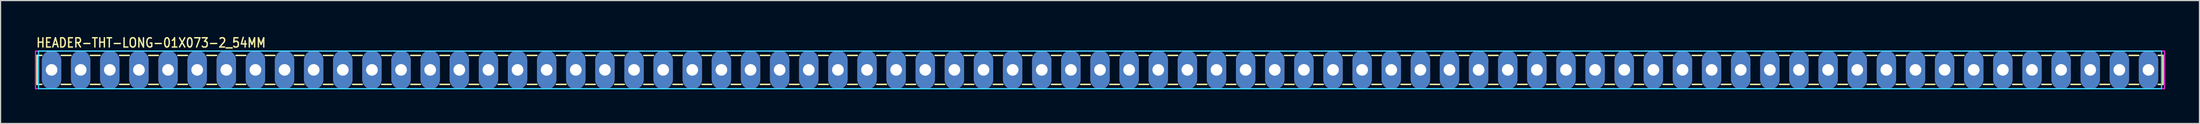
<source format=kicad_pcb>
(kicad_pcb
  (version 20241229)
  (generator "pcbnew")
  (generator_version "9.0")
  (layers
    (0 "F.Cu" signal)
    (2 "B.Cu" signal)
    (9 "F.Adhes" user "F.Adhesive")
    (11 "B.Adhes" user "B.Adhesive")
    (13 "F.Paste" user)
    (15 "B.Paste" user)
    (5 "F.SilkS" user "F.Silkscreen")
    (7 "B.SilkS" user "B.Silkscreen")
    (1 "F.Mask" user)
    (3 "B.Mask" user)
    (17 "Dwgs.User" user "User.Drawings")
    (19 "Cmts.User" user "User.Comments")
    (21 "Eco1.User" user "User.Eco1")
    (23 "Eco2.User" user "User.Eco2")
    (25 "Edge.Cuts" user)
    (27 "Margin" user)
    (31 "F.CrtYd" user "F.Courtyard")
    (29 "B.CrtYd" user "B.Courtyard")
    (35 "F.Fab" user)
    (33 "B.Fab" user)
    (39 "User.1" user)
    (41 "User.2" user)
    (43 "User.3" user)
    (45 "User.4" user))
  (footprint "HEADER-THT-LONG-01X073-2_54MM"
    (layer "F.Cu")
    (at 1.447 3.079)
    (property "Reference" "HEADER-THT-LONG-01X073-2_54MM" (at -1.4 -1.9 0) (unlocked yes) (layer "F.SilkS") (effects (font (size 0.813 0.695) (thickness 0.122)) (justify left bottom)))
    (fp_line (start -1.27 -1.27) (end -1.27 1.27) (stroke (width 0.127) (type solid)) (layer "F.SilkS"))
    (fp_line (start -1.27 1.27) (end -0.85 1.27) (stroke (width 0.127) (type solid)) (layer "F.SilkS"))
    (fp_line (start -0.85 -1.27) (end -1.27 -1.27) (stroke (width 0.127) (type solid)) (layer "F.SilkS"))
    (fp_line (start 0.85 -1.27) (end 1.69 -1.27) (stroke (width 0.127) (type solid)) (layer "F.SilkS"))
    (fp_line (start 0.85 1.27) (end 1.69 1.27) (stroke (width 0.127) (type solid)) (layer "F.SilkS"))
    (fp_line (start 3.39 -1.27) (end 4.23 -1.27) (stroke (width 0.127) (type solid)) (layer "F.SilkS"))
    (fp_line (start 3.39 1.27) (end 4.23 1.27) (stroke (width 0.127) (type solid)) (layer "F.SilkS"))
    (fp_line (start 5.93 -1.27) (end 6.77 -1.27) (stroke (width 0.127) (type solid)) (layer "F.SilkS"))
    (fp_line (start 5.93 1.27) (end 6.77 1.27) (stroke (width 0.127) (type solid)) (layer "F.SilkS"))
    (fp_line (start 8.47 -1.27) (end 9.31 -1.27) (stroke (width 0.127) (type solid)) (layer "F.SilkS"))
    (fp_line (start 8.47 1.27) (end 9.31 1.27) (stroke (width 0.127) (type solid)) (layer "F.SilkS"))
    (fp_line (start 11.01 -1.27) (end 11.85 -1.27) (stroke (width 0.127) (type solid)) (layer "F.SilkS"))
    (fp_line (start 11.01 1.27) (end 11.85 1.27) (stroke (width 0.127) (type solid)) (layer "F.SilkS"))
    (fp_line (start 13.55 -1.27) (end 14.39 -1.27) (stroke (width 0.127) (type solid)) (layer "F.SilkS"))
    (fp_line (start 13.55 1.27) (end 14.39 1.27) (stroke (width 0.127) (type solid)) (layer "F.SilkS"))
    (fp_line (start 16.09 -1.27) (end 16.93 -1.27) (stroke (width 0.127) (type solid)) (layer "F.SilkS"))
    (fp_line (start 16.09 1.27) (end 16.93 1.27) (stroke (width 0.127) (type solid)) (layer "F.SilkS"))
    (fp_line (start 18.63 -1.27) (end 19.47 -1.27) (stroke (width 0.127) (type solid)) (layer "F.SilkS"))
    (fp_line (start 18.63 1.27) (end 19.47 1.27) (stroke (width 0.127) (type solid)) (layer "F.SilkS"))
    (fp_line (start 21.17 -1.27) (end 22.01 -1.27) (stroke (width 0.127) (type solid)) (layer "F.SilkS"))
    (fp_line (start 21.17 1.27) (end 22.01 1.27) (stroke (width 0.127) (type solid)) (layer "F.SilkS"))
    (fp_line (start 23.71 -1.27) (end 24.55 -1.27) (stroke (width 0.127) (type solid)) (layer "F.SilkS"))
    (fp_line (start 23.71 1.27) (end 24.55 1.27) (stroke (width 0.127) (type solid)) (layer "F.SilkS"))
    (fp_line (start 26.25 -1.27) (end 27.09 -1.27) (stroke (width 0.127) (type solid)) (layer "F.SilkS"))
    (fp_line (start 26.25 1.27) (end 27.09 1.27) (stroke (width 0.127) (type solid)) (layer "F.SilkS"))
    (fp_line (start 28.79 -1.27) (end 29.63 -1.27) (stroke (width 0.127) (type solid)) (layer "F.SilkS"))
    (fp_line (start 28.79 1.27) (end 29.63 1.27) (stroke (width 0.127) (type solid)) (layer "F.SilkS"))
    (fp_line (start 31.33 -1.27) (end 32.17 -1.27) (stroke (width 0.127) (type solid)) (layer "F.SilkS"))
    (fp_line (start 31.33 1.27) (end 32.17 1.27) (stroke (width 0.127) (type solid)) (layer "F.SilkS"))
    (fp_line (start 33.87 -1.27) (end 34.71 -1.27) (stroke (width 0.127) (type solid)) (layer "F.SilkS"))
    (fp_line (start 33.87 1.27) (end 34.71 1.27) (stroke (width 0.127) (type solid)) (layer "F.SilkS"))
    (fp_line (start 36.41 -1.27) (end 37.25 -1.27) (stroke (width 0.127) (type solid)) (layer "F.SilkS"))
    (fp_line (start 36.41 1.27) (end 37.25 1.27) (stroke (width 0.127) (type solid)) (layer "F.SilkS"))
    (fp_line (start 38.95 -1.27) (end 39.79 -1.27) (stroke (width 0.127) (type solid)) (layer "F.SilkS"))
    (fp_line (start 38.95 1.27) (end 39.79 1.27) (stroke (width 0.127) (type solid)) (layer "F.SilkS"))
    (fp_line (start 41.49 -1.27) (end 42.33 -1.27) (stroke (width 0.127) (type solid)) (layer "F.SilkS"))
    (fp_line (start 41.49 1.27) (end 42.33 1.27) (stroke (width 0.127) (type solid)) (layer "F.SilkS"))
    (fp_line (start 44.03 -1.27) (end 44.87 -1.27) (stroke (width 0.127) (type solid)) (layer "F.SilkS"))
    (fp_line (start 44.03 1.27) (end 44.87 1.27) (stroke (width 0.127) (type solid)) (layer "F.SilkS"))
    (fp_line (start 46.57 -1.27) (end 47.41 -1.27) (stroke (width 0.127) (type solid)) (layer "F.SilkS"))
    (fp_line (start 46.57 1.27) (end 47.41 1.27) (stroke (width 0.127) (type solid)) (layer "F.SilkS"))
    (fp_line (start 49.11 -1.27) (end 49.95 -1.27) (stroke (width 0.127) (type solid)) (layer "F.SilkS"))
    (fp_line (start 49.11 1.27) (end 49.95 1.27) (stroke (width 0.127) (type solid)) (layer "F.SilkS"))
    (fp_line (start 51.65 -1.27) (end 52.49 -1.27) (stroke (width 0.127) (type solid)) (layer "F.SilkS"))
    (fp_line (start 51.65 1.27) (end 52.49 1.27) (stroke (width 0.127) (type solid)) (layer "F.SilkS"))
    (fp_line (start 54.19 -1.27) (end 55.03 -1.27) (stroke (width 0.127) (type solid)) (layer "F.SilkS"))
    (fp_line (start 54.19 1.27) (end 55.03 1.27) (stroke (width 0.127) (type solid)) (layer "F.SilkS"))
    (fp_line (start 56.73 -1.27) (end 57.57 -1.27) (stroke (width 0.127) (type solid)) (layer "F.SilkS"))
    (fp_line (start 56.73 1.27) (end 57.57 1.27) (stroke (width 0.127) (type solid)) (layer "F.SilkS"))
    (fp_line (start 59.27 -1.27) (end 60.11 -1.27) (stroke (width 0.127) (type solid)) (layer "F.SilkS"))
    (fp_line (start 59.27 1.27) (end 60.11 1.27) (stroke (width 0.127) (type solid)) (layer "F.SilkS"))
    (fp_line (start 61.81 -1.27) (end 62.65 -1.27) (stroke (width 0.127) (type solid)) (layer "F.SilkS"))
    (fp_line (start 61.81 1.27) (end 62.65 1.27) (stroke (width 0.127) (type solid)) (layer "F.SilkS"))
    (fp_line (start 64.35 -1.27) (end 65.19 -1.27) (stroke (width 0.127) (type solid)) (layer "F.SilkS"))
    (fp_line (start 64.35 1.27) (end 65.19 1.27) (stroke (width 0.127) (type solid)) (layer "F.SilkS"))
    (fp_line (start 66.89 -1.27) (end 67.73 -1.27) (stroke (width 0.127) (type solid)) (layer "F.SilkS"))
    (fp_line (start 66.89 1.27) (end 67.73 1.27) (stroke (width 0.127) (type solid)) (layer "F.SilkS"))
    (fp_line (start 69.43 -1.27) (end 70.27 -1.27) (stroke (width 0.127) (type solid)) (layer "F.SilkS"))
    (fp_line (start 69.43 1.27) (end 70.27 1.27) (stroke (width 0.127) (type solid)) (layer "F.SilkS"))
    (fp_line (start 71.97 -1.27) (end 72.81 -1.27) (stroke (width 0.127) (type solid)) (layer "F.SilkS"))
    (fp_line (start 71.97 1.27) (end 72.81 1.27) (stroke (width 0.127) (type solid)) (layer "F.SilkS"))
    (fp_line (start 74.51 -1.27) (end 75.35 -1.27) (stroke (width 0.127) (type solid)) (layer "F.SilkS"))
    (fp_line (start 74.51 1.27) (end 75.35 1.27) (stroke (width 0.127) (type solid)) (layer "F.SilkS"))
    (fp_line (start 77.05 -1.27) (end 77.89 -1.27) (stroke (width 0.127) (type solid)) (layer "F.SilkS"))
    (fp_line (start 77.05 1.27) (end 77.89 1.27) (stroke (width 0.127) (type solid)) (layer "F.SilkS"))
    (fp_line (start 79.59 -1.27) (end 80.43 -1.27) (stroke (width 0.127) (type solid)) (layer "F.SilkS"))
    (fp_line (start 79.59 1.27) (end 80.43 1.27) (stroke (width 0.127) (type solid)) (layer "F.SilkS"))
    (fp_line (start 82.13 -1.27) (end 82.97 -1.27) (stroke (width 0.127) (type solid)) (layer "F.SilkS"))
    (fp_line (start 82.13 1.27) (end 82.97 1.27) (stroke (width 0.127) (type solid)) (layer "F.SilkS"))
    (fp_line (start 84.67 -1.27) (end 85.51 -1.27) (stroke (width 0.127) (type solid)) (layer "F.SilkS"))
    (fp_line (start 84.67 1.27) (end 85.51 1.27) (stroke (width 0.127) (type solid)) (layer "F.SilkS"))
    (fp_line (start 87.21 -1.27) (end 88.05 -1.27) (stroke (width 0.127) (type solid)) (layer "F.SilkS"))
    (fp_line (start 87.21 1.27) (end 88.05 1.27) (stroke (width 0.127) (type solid)) (layer "F.SilkS"))
    (fp_line (start 89.75 -1.27) (end 90.59 -1.27) (stroke (width 0.127) (type solid)) (layer "F.SilkS"))
    (fp_line (start 89.75 1.27) (end 90.59 1.27) (stroke (width 0.127) (type solid)) (layer "F.SilkS"))
    (fp_line (start 92.29 -1.27) (end 93.13 -1.27) (stroke (width 0.127) (type solid)) (layer "F.SilkS"))
    (fp_line (start 92.29 1.27) (end 93.13 1.27) (stroke (width 0.127) (type solid)) (layer "F.SilkS"))
    (fp_line (start 94.83 -1.27) (end 95.67 -1.27) (stroke (width 0.127) (type solid)) (layer "F.SilkS"))
    (fp_line (start 94.83 1.27) (end 95.67 1.27) (stroke (width 0.127) (type solid)) (layer "F.SilkS"))
    (fp_line (start 97.37 -1.27) (end 98.21 -1.27) (stroke (width 0.127) (type solid)) (layer "F.SilkS"))
    (fp_line (start 97.37 1.27) (end 98.21 1.27) (stroke (width 0.127) (type solid)) (layer "F.SilkS"))
    (fp_line (start 99.91 -1.27) (end 100.75 -1.27) (stroke (width 0.127) (type solid)) (layer "F.SilkS"))
    (fp_line (start 99.91 1.27) (end 100.75 1.27) (stroke (width 0.127) (type solid)) (layer "F.SilkS"))
    (fp_line (start 102.45 -1.27) (end 103.29 -1.27) (stroke (width 0.127) (type solid)) (layer "F.SilkS"))
    (fp_line (start 102.45 1.27) (end 103.29 1.27) (stroke (width 0.127) (type solid)) (layer "F.SilkS"))
    (fp_line (start 104.99 -1.27) (end 105.83 -1.27) (stroke (width 0.127) (type solid)) (layer "F.SilkS"))
    (fp_line (start 104.99 1.27) (end 105.83 1.27) (stroke (width 0.127) (type solid)) (layer "F.SilkS"))
    (fp_line (start 107.53 -1.27) (end 108.37 -1.27) (stroke (width 0.127) (type solid)) (layer "F.SilkS"))
    (fp_line (start 107.53 1.27) (end 108.37 1.27) (stroke (width 0.127) (type solid)) (layer "F.SilkS"))
    (fp_line (start 110.07 -1.27) (end 110.91 -1.27) (stroke (width 0.127) (type solid)) (layer "F.SilkS"))
    (fp_line (start 110.07 1.27) (end 110.91 1.27) (stroke (width 0.127) (type solid)) (layer "F.SilkS"))
    (fp_line (start 112.61 -1.27) (end 113.45 -1.27) (stroke (width 0.127) (type solid)) (layer "F.SilkS"))
    (fp_line (start 112.61 1.27) (end 113.45 1.27) (stroke (width 0.127) (type solid)) (layer "F.SilkS"))
    (fp_line (start 115.15 -1.27) (end 115.99 -1.27) (stroke (width 0.127) (type solid)) (layer "F.SilkS"))
    (fp_line (start 115.15 1.27) (end 115.99 1.27) (stroke (width 0.127) (type solid)) (layer "F.SilkS"))
    (fp_line (start 117.69 -1.27) (end 118.53 -1.27) (stroke (width 0.127) (type solid)) (layer "F.SilkS"))
    (fp_line (start 117.69 1.27) (end 118.53 1.27) (stroke (width 0.127) (type solid)) (layer "F.SilkS"))
    (fp_line (start 120.23 -1.27) (end 121.07 -1.27) (stroke (width 0.127) (type solid)) (layer "F.SilkS"))
    (fp_line (start 120.23 1.27) (end 121.07 1.27) (stroke (width 0.127) (type solid)) (layer "F.SilkS"))
    (fp_line (start 122.77 -1.27) (end 123.61 -1.27) (stroke (width 0.127) (type solid)) (layer "F.SilkS"))
    (fp_line (start 122.77 1.27) (end 123.61 1.27) (stroke (width 0.127) (type solid)) (layer "F.SilkS"))
    (fp_line (start 125.31 -1.27) (end 126.15 -1.27) (stroke (width 0.127) (type solid)) (layer "F.SilkS"))
    (fp_line (start 125.31 1.27) (end 126.15 1.27) (stroke (width 0.127) (type solid)) (layer "F.SilkS"))
    (fp_line (start 127.85 -1.27) (end 128.69 -1.27) (stroke (width 0.127) (type solid)) (layer "F.SilkS"))
    (fp_line (start 127.85 1.27) (end 128.69 1.27) (stroke (width 0.127) (type solid)) (layer "F.SilkS"))
    (fp_line (start 130.39 -1.27) (end 131.23 -1.27) (stroke (width 0.127) (type solid)) (layer "F.SilkS"))
    (fp_line (start 130.39 1.27) (end 131.23 1.27) (stroke (width 0.127) (type solid)) (layer "F.SilkS"))
    (fp_line (start 132.93 -1.27) (end 133.77 -1.27) (stroke (width 0.127) (type solid)) (layer "F.SilkS"))
    (fp_line (start 132.93 1.27) (end 133.77 1.27) (stroke (width 0.127) (type solid)) (layer "F.SilkS"))
    (fp_line (start 135.47 -1.27) (end 136.31 -1.27) (stroke (width 0.127) (type solid)) (layer "F.SilkS"))
    (fp_line (start 135.47 1.27) (end 136.31 1.27) (stroke (width 0.127) (type solid)) (layer "F.SilkS"))
    (fp_line (start 138.01 -1.27) (end 138.85 -1.27) (stroke (width 0.127) (type solid)) (layer "F.SilkS"))
    (fp_line (start 138.01 1.27) (end 138.85 1.27) (stroke (width 0.127) (type solid)) (layer "F.SilkS"))
    (fp_line (start 140.55 -1.27) (end 141.39 -1.27) (stroke (width 0.127) (type solid)) (layer "F.SilkS"))
    (fp_line (start 140.55 1.27) (end 141.39 1.27) (stroke (width 0.127) (type solid)) (layer "F.SilkS"))
    (fp_line (start 143.09 -1.27) (end 143.93 -1.27) (stroke (width 0.127) (type solid)) (layer "F.SilkS"))
    (fp_line (start 143.09 1.27) (end 143.93 1.27) (stroke (width 0.127) (type solid)) (layer "F.SilkS"))
    (fp_line (start 145.63 -1.27) (end 146.47 -1.27) (stroke (width 0.127) (type solid)) (layer "F.SilkS"))
    (fp_line (start 145.63 1.27) (end 146.47 1.27) (stroke (width 0.127) (type solid)) (layer "F.SilkS"))
    (fp_line (start 148.17 -1.27) (end 149.01 -1.27) (stroke (width 0.127) (type solid)) (layer "F.SilkS"))
    (fp_line (start 148.17 1.27) (end 149.01 1.27) (stroke (width 0.127) (type solid)) (layer "F.SilkS"))
    (fp_line (start 150.71 -1.27) (end 151.55 -1.27) (stroke (width 0.127) (type solid)) (layer "F.SilkS"))
    (fp_line (start 150.71 1.27) (end 151.55 1.27) (stroke (width 0.127) (type solid)) (layer "F.SilkS"))
    (fp_line (start 153.25 -1.27) (end 154.09 -1.27) (stroke (width 0.127) (type solid)) (layer "F.SilkS"))
    (fp_line (start 153.25 1.27) (end 154.09 1.27) (stroke (width 0.127) (type solid)) (layer "F.SilkS"))
    (fp_line (start 155.79 -1.27) (end 156.63 -1.27) (stroke (width 0.127) (type solid)) (layer "F.SilkS"))
    (fp_line (start 155.79 1.27) (end 156.63 1.27) (stroke (width 0.127) (type solid)) (layer "F.SilkS"))
    (fp_line (start 158.33 -1.27) (end 159.17 -1.27) (stroke (width 0.127) (type solid)) (layer "F.SilkS"))
    (fp_line (start 158.33 1.27) (end 159.17 1.27) (stroke (width 0.127) (type solid)) (layer "F.SilkS"))
    (fp_line (start 160.87 -1.27) (end 161.71 -1.27) (stroke (width 0.127) (type solid)) (layer "F.SilkS"))
    (fp_line (start 160.87 1.27) (end 161.71 1.27) (stroke (width 0.127) (type solid)) (layer "F.SilkS"))
    (fp_line (start 163.41 -1.27) (end 164.25 -1.27) (stroke (width 0.127) (type solid)) (layer "F.SilkS"))
    (fp_line (start 163.41 1.27) (end 164.25 1.27) (stroke (width 0.127) (type solid)) (layer "F.SilkS"))
    (fp_line (start 165.95 -1.27) (end 166.79 -1.27) (stroke (width 0.127) (type solid)) (layer "F.SilkS"))
    (fp_line (start 165.95 1.27) (end 166.79 1.27) (stroke (width 0.127) (type solid)) (layer "F.SilkS"))
    (fp_line (start 168.49 -1.27) (end 169.33 -1.27) (stroke (width 0.127) (type solid)) (layer "F.SilkS"))
    (fp_line (start 168.49 1.27) (end 169.33 1.27) (stroke (width 0.127) (type solid)) (layer "F.SilkS"))
    (fp_line (start 171.03 -1.27) (end 171.87 -1.27) (stroke (width 0.127) (type solid)) (layer "F.SilkS"))
    (fp_line (start 171.03 1.27) (end 171.87 1.27) (stroke (width 0.127) (type solid)) (layer "F.SilkS"))
    (fp_line (start 173.57 -1.27) (end 174.41 -1.27) (stroke (width 0.127) (type solid)) (layer "F.SilkS"))
    (fp_line (start 173.57 1.27) (end 174.41 1.27) (stroke (width 0.127) (type solid)) (layer "F.SilkS"))
    (fp_line (start 176.11 -1.27) (end 176.95 -1.27) (stroke (width 0.127) (type solid)) (layer "F.SilkS"))
    (fp_line (start 176.11 1.27) (end 176.95 1.27) (stroke (width 0.127) (type solid)) (layer "F.SilkS"))
    (fp_line (start 178.65 -1.27) (end 179.49 -1.27) (stroke (width 0.127) (type solid)) (layer "F.SilkS"))
    (fp_line (start 178.65 1.27) (end 179.49 1.27) (stroke (width 0.127) (type solid)) (layer "F.SilkS"))
    (fp_line (start 181.19 -1.27) (end 182.03 -1.27) (stroke (width 0.127) (type solid)) (layer "F.SilkS"))
    (fp_line (start 181.19 1.27) (end 182.03 1.27) (stroke (width 0.127) (type solid)) (layer "F.SilkS"))
    (fp_line (start 183.73 -1.27) (end 184.15 -1.27) (stroke (width 0.127) (type solid)) (layer "F.SilkS"))
    (fp_line (start 184.15 -1.27) (end 184.15 1.27) (stroke (width 0.127) (type solid)) (layer "F.SilkS"))
    (fp_line (start 184.15 1.27) (end 183.73 1.27) (stroke (width 0.127) (type solid)) (layer "F.SilkS"))
    (fp_poly (pts (xy -1.143 -1.651) (xy 184.023 -1.651) (xy 184.023 1.651) (xy -1.143 1.651)) (stroke (width 0.1) (type solid)) (fill no) (layer "B.CrtYd"))
    (fp_poly (pts (xy -1.397 -1.651) (xy 184.277 -1.651) (xy 184.277 1.651) (xy -1.397 1.651)) (stroke (width 0.1) (type solid)) (fill no) (layer "F.CrtYd"))
    (pad "P$1" thru_hole oval (at 0 0 90) (size 3.387 1.693) (drill 1.016) (layers "*.Cu" "*.Mask"))
    (pad "P$2" thru_hole oval (at 2.54 0 90) (size 3.387 1.693) (drill 1.016) (layers "*.Cu" "*.Mask"))
    (pad "P$3" thru_hole oval (at 5.08 0 90) (size 3.387 1.693) (drill 1.016) (layers "*.Cu" "*.Mask"))
    (pad "P$4" thru_hole oval (at 7.62 0 90) (size 3.387 1.693) (drill 1.016) (layers "*.Cu" "*.Mask"))
    (pad "P$5" thru_hole oval (at 10.16 0 90) (size 3.387 1.693) (drill 1.016) (layers "*.Cu" "*.Mask"))
    (pad "P$6" thru_hole oval (at 12.7 0 90) (size 3.387 1.693) (drill 1.016) (layers "*.Cu" "*.Mask"))
    (pad "P$7" thru_hole oval (at 15.24 0 90) (size 3.387 1.693) (drill 1.016) (layers "*.Cu" "*.Mask"))
    (pad "P$8" thru_hole oval (at 17.78 0 90) (size 3.387 1.693) (drill 1.016) (layers "*.Cu" "*.Mask"))
    (pad "P$9" thru_hole oval (at 20.32 0 90) (size 3.387 1.693) (drill 1.016) (layers "*.Cu" "*.Mask"))
    (pad "P$10" thru_hole oval (at 22.86 0 90) (size 3.387 1.693) (drill 1.016) (layers "*.Cu" "*.Mask"))
    (pad "P$11" thru_hole oval (at 25.4 0 90) (size 3.387 1.693) (drill 1.016) (layers "*.Cu" "*.Mask"))
    (pad "P$12" thru_hole oval (at 27.94 0 90) (size 3.387 1.693) (drill 1.016) (layers "*.Cu" "*.Mask"))
    (pad "P$13" thru_hole oval (at 30.48 0 90) (size 3.387 1.693) (drill 1.016) (layers "*.Cu" "*.Mask"))
    (pad "P$14" thru_hole oval (at 33.02 0 90) (size 3.387 1.693) (drill 1.016) (layers "*.Cu" "*.Mask"))
    (pad "P$15" thru_hole oval (at 35.56 0 90) (size 3.387 1.693) (drill 1.016) (layers "*.Cu" "*.Mask"))
    (pad "P$16" thru_hole oval (at 38.1 0 90) (size 3.387 1.693) (drill 1.016) (layers "*.Cu" "*.Mask"))
    (pad "P$17" thru_hole oval (at 40.64 0 90) (size 3.387 1.693) (drill 1.016) (layers "*.Cu" "*.Mask"))
    (pad "P$18" thru_hole oval (at 43.18 0 90) (size 3.387 1.693) (drill 1.016) (layers "*.Cu" "*.Mask"))
    (pad "P$19" thru_hole oval (at 45.72 0 90) (size 3.387 1.693) (drill 1.016) (layers "*.Cu" "*.Mask"))
    (pad "P$20" thru_hole oval (at 48.26 0 90) (size 3.387 1.693) (drill 1.016) (layers "*.Cu" "*.Mask"))
    (pad "P$21" thru_hole oval (at 50.8 0 90) (size 3.387 1.693) (drill 1.016) (layers "*.Cu" "*.Mask"))
    (pad "P$22" thru_hole oval (at 53.34 0 90) (size 3.387 1.693) (drill 1.016) (layers "*.Cu" "*.Mask"))
    (pad "P$23" thru_hole oval (at 55.88 0 90) (size 3.387 1.693) (drill 1.016) (layers "*.Cu" "*.Mask"))
    (pad "P$24" thru_hole oval (at 58.42 0 90) (size 3.387 1.693) (drill 1.016) (layers "*.Cu" "*.Mask"))
    (pad "P$25" thru_hole oval (at 60.96 0 90) (size 3.387 1.693) (drill 1.016) (layers "*.Cu" "*.Mask"))
    (pad "P$26" thru_hole oval (at 63.5 0 90) (size 3.387 1.693) (drill 1.016) (layers "*.Cu" "*.Mask"))
    (pad "P$27" thru_hole oval (at 66.04 0 90) (size 3.387 1.693) (drill 1.016) (layers "*.Cu" "*.Mask"))
    (pad "P$28" thru_hole oval (at 68.58 0 90) (size 3.387 1.693) (drill 1.016) (layers "*.Cu" "*.Mask"))
    (pad "P$29" thru_hole oval (at 71.12 0 90) (size 3.387 1.693) (drill 1.016) (layers "*.Cu" "*.Mask"))
    (pad "P$30" thru_hole oval (at 73.66 0 90) (size 3.387 1.693) (drill 1.016) (layers "*.Cu" "*.Mask"))
    (pad "P$31" thru_hole oval (at 76.2 0 90) (size 3.387 1.693) (drill 1.016) (layers "*.Cu" "*.Mask"))
    (pad "P$32" thru_hole oval (at 78.74 0 90) (size 3.387 1.693) (drill 1.016) (layers "*.Cu" "*.Mask"))
    (pad "P$33" thru_hole oval (at 81.28 0 90) (size 3.387 1.693) (drill 1.016) (layers "*.Cu" "*.Mask"))
    (pad "P$34" thru_hole oval (at 83.82 0 90) (size 3.387 1.693) (drill 1.016) (layers "*.Cu" "*.Mask"))
    (pad "P$35" thru_hole oval (at 86.36 0 90) (size 3.387 1.693) (drill 1.016) (layers "*.Cu" "*.Mask"))
    (pad "P$36" thru_hole oval (at 88.9 0 90) (size 3.387 1.693) (drill 1.016) (layers "*.Cu" "*.Mask"))
    (pad "P$37" thru_hole oval (at 91.44 0 90) (size 3.387 1.693) (drill 1.016) (layers "*.Cu" "*.Mask"))
    (pad "P$38" thru_hole oval (at 93.98 0 90) (size 3.387 1.693) (drill 1.016) (layers "*.Cu" "*.Mask"))
    (pad "P$39" thru_hole oval (at 96.52 0 90) (size 3.387 1.693) (drill 1.016) (layers "*.Cu" "*.Mask"))
    (pad "P$40" thru_hole oval (at 99.06 0 90) (size 3.387 1.693) (drill 1.016) (layers "*.Cu" "*.Mask"))
    (pad "P$41" thru_hole oval (at 101.6 0 90) (size 3.387 1.693) (drill 1.016) (layers "*.Cu" "*.Mask"))
    (pad "P$42" thru_hole oval (at 104.14 0 90) (size 3.387 1.693) (drill 1.016) (layers "*.Cu" "*.Mask"))
    (pad "P$43" thru_hole oval (at 106.68 0 90) (size 3.387 1.693) (drill 1.016) (layers "*.Cu" "*.Mask"))
    (pad "P$44" thru_hole oval (at 109.22 0 90) (size 3.387 1.693) (drill 1.016) (layers "*.Cu" "*.Mask"))
    (pad "P$45" thru_hole oval (at 111.76 0 90) (size 3.387 1.693) (drill 1.016) (layers "*.Cu" "*.Mask"))
    (pad "P$46" thru_hole oval (at 114.3 0 90) (size 3.387 1.693) (drill 1.016) (layers "*.Cu" "*.Mask"))
    (pad "P$47" thru_hole oval (at 116.84 0 90) (size 3.387 1.693) (drill 1.016) (layers "*.Cu" "*.Mask"))
    (pad "P$48" thru_hole oval (at 119.38 0 90) (size 3.387 1.693) (drill 1.016) (layers "*.Cu" "*.Mask"))
    (pad "P$49" thru_hole oval (at 121.92 0 90) (size 3.387 1.693) (drill 1.016) (layers "*.Cu" "*.Mask"))
    (pad "P$50" thru_hole oval (at 124.46 0 90) (size 3.387 1.693) (drill 1.016) (layers "*.Cu" "*.Mask"))
    (pad "P$51" thru_hole oval (at 127 0 90) (size 3.387 1.693) (drill 1.016) (layers "*.Cu" "*.Mask"))
    (pad "P$52" thru_hole oval (at 129.54 0 90) (size 3.387 1.693) (drill 1.016) (layers "*.Cu" "*.Mask"))
    (pad "P$53" thru_hole oval (at 132.08 0 90) (size 3.387 1.693) (drill 1.016) (layers "*.Cu" "*.Mask"))
    (pad "P$54" thru_hole oval (at 134.62 0 90) (size 3.387 1.693) (drill 1.016) (layers "*.Cu" "*.Mask"))
    (pad "P$55" thru_hole oval (at 137.16 0 90) (size 3.387 1.693) (drill 1.016) (layers "*.Cu" "*.Mask"))
    (pad "P$56" thru_hole oval (at 139.7 0 90) (size 3.387 1.693) (drill 1.016) (layers "*.Cu" "*.Mask"))
    (pad "P$57" thru_hole oval (at 142.24 0 90) (size 3.387 1.693) (drill 1.016) (layers "*.Cu" "*.Mask"))
    (pad "P$58" thru_hole oval (at 144.78 0 90) (size 3.387 1.693) (drill 1.016) (layers "*.Cu" "*.Mask"))
    (pad "P$59" thru_hole oval (at 147.32 0 90) (size 3.387 1.693) (drill 1.016) (layers "*.Cu" "*.Mask"))
    (pad "P$60" thru_hole oval (at 149.86 0 90) (size 3.387 1.693) (drill 1.016) (layers "*.Cu" "*.Mask"))
    (pad "P$61" thru_hole oval (at 152.4 0 90) (size 3.387 1.693) (drill 1.016) (layers "*.Cu" "*.Mask"))
    (pad "P$62" thru_hole oval (at 154.94 0 90) (size 3.387 1.693) (drill 1.016) (layers "*.Cu" "*.Mask"))
    (pad "P$63" thru_hole oval (at 157.48 0 90) (size 3.387 1.693) (drill 1.016) (layers "*.Cu" "*.Mask"))
    (pad "P$64" thru_hole oval (at 160.02 0 90) (size 3.387 1.693) (drill 1.016) (layers "*.Cu" "*.Mask"))
    (pad "P$65" thru_hole oval (at 162.56 0 90) (size 3.387 1.693) (drill 1.016) (layers "*.Cu" "*.Mask"))
    (pad "P$66" thru_hole oval (at 165.1 0 90) (size 3.387 1.693) (drill 1.016) (layers "*.Cu" "*.Mask"))
    (pad "P$67" thru_hole oval (at 167.64 0 90) (size 3.387 1.693) (drill 1.016) (layers "*.Cu" "*.Mask"))
    (pad "P$68" thru_hole oval (at 170.18 0 90) (size 3.387 1.693) (drill 1.016) (layers "*.Cu" "*.Mask"))
    (pad "P$69" thru_hole oval (at 172.72 0 90) (size 3.387 1.693) (drill 1.016) (layers "*.Cu" "*.Mask"))
    (pad "P$70" thru_hole oval (at 175.26 0 90) (size 3.387 1.693) (drill 1.016) (layers "*.Cu" "*.Mask"))
    (pad "P$71" thru_hole oval (at 177.8 0 90) (size 3.387 1.693) (drill 1.016) (layers "*.Cu" "*.Mask"))
    (pad "P$72" thru_hole oval (at 180.34 0 90) (size 3.387 1.693) (drill 1.016) (layers "*.Cu" "*.Mask"))
    (pad "P$73" thru_hole oval (at 182.88 0 90) (size 3.387 1.693) (drill 1.016) (layers "*.Cu" "*.Mask")))
  (gr_rect
    (start -3 -3)
    (end 188.774 7.78)
    (stroke (width 0.1) (type default))
    (fill no)
    (layer "Edge.Cuts")))
</source>
